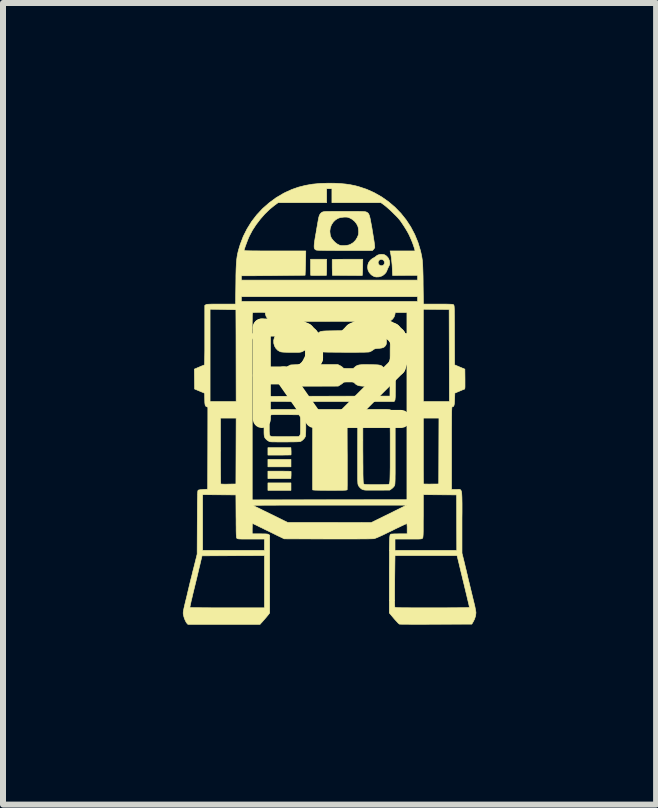
<source format=kicad_pcb>
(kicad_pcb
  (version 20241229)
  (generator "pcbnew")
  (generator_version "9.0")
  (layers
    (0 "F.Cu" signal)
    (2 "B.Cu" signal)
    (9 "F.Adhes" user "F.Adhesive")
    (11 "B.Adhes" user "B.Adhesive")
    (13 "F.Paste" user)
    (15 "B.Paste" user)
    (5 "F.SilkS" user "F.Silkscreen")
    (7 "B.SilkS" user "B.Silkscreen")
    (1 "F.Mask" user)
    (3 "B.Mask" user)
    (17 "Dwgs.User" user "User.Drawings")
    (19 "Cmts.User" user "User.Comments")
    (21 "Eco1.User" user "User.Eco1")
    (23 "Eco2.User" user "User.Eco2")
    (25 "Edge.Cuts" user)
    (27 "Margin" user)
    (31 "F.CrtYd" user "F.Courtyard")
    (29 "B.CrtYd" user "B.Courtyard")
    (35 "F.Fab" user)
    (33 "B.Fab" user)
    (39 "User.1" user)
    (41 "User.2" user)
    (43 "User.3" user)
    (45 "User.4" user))
  (footprint "R2"
    (layer "F.Cu")
    (at 2.441 3.247)
    (property "Reference" "R2" (at 0 0 0) (layer "F.SilkS") (effects (font (size 1.524 1.524) (thickness 0.3))))
    (attr through_hole)
    (fp_poly (pts (xy -0.639 1.488) (xy -1.023 1.488) (xy -1.023 1.364) (xy -0.639 1.364) (xy -0.639 1.488)) (stroke (width 0.01) (type solid)) (fill yes) (layer "F.SilkS"))
    (fp_poly (pts (xy -0.639 1.88) (xy -1.023 1.88) (xy -1.023 1.756) (xy -0.639 1.756) (xy -0.639 1.88)) (stroke (width 0.01) (type solid)) (fill yes) (layer "F.SilkS"))
    (fp_poly (pts (xy -0.781 1.56) (xy -0.735 1.561) (xy -0.695 1.561) (xy -0.665 1.562) (xy -0.645 1.563) (xy -0.638 1.563) (xy -0.637 1.571) (xy -0.637 1.59) (xy -0.637 1.617) (xy -0.637 1.625) (xy -0.64 1.684) (xy -1.023 1.684) (xy -1.023 1.56) (xy -0.832 1.56) (xy -0.781 1.56)) (stroke (width 0.01) (type solid)) (fill yes) (layer "F.SilkS"))
    (fp_poly (pts (xy -0.637 1.227) (xy -0.637 1.255) (xy -0.637 1.276) (xy -0.638 1.288) (xy -0.638 1.289) (xy -0.646 1.29) (xy -0.666 1.29) (xy -0.697 1.291) (xy -0.737 1.291) (xy -0.783 1.292) (xy -0.832 1.292) (xy -1.023 1.292) (xy -1.023 1.168) (xy -0.64 1.168) (xy -0.637 1.227)) (stroke (width 0.01) (type solid)) (fill yes) (layer "F.SilkS"))
    (fp_poly (pts (xy -0.044 -1.84) (xy -0.044 -1.797) (xy -0.045 -1.76) (xy -0.046 -1.731) (xy -0.047 -1.712) (xy -0.049 -1.705) (xy -0.078 -1.705) (xy -0.113 -1.704) (xy -0.151 -1.704) (xy -0.191 -1.703) (xy -0.229 -1.703) (xy -0.262 -1.703) (xy -0.288 -1.704) (xy -0.305 -1.704) (xy -0.309 -1.705) (xy -0.31 -1.713) (xy -0.311 -1.733) (xy -0.311 -1.763) (xy -0.312 -1.8) (xy -0.312 -1.841) (xy -0.312 -1.974) (xy -0.044 -1.974) (xy -0.044 -1.84)) (stroke (width 0.01) (type solid)) (fill yes) (layer "F.SilkS"))
    (fp_poly (pts (xy 0.557 -1.838) (xy 0.556 -1.789) (xy 0.554 -1.749) (xy 0.552 -1.721) (xy 0.55 -1.705) (xy 0.548 -1.702) (xy 0.539 -1.702) (xy 0.518 -1.702) (xy 0.485 -1.702) (xy 0.443 -1.703) (xy 0.394 -1.703) (xy 0.339 -1.703) (xy 0.296 -1.704) (xy 0.052 -1.706) (xy 0.049 -1.834) (xy 0.049 -1.876) (xy 0.049 -1.913) (xy 0.049 -1.942) (xy 0.049 -1.962) (xy 0.049 -1.968) (xy 0.057 -1.97) (xy 0.077 -1.971) (xy 0.109 -1.972) (xy 0.15 -1.973) (xy 0.199 -1.973) (xy 0.254 -1.974) (xy 0.305 -1.974) (xy 0.559 -1.974) (xy 0.557 -1.838)) (stroke (width 0.01) (type solid)) (fill yes) (layer "F.SilkS"))
    (fp_poly (pts (xy 0.299 1.193) (xy 0.3 1.29) (xy 0.3 1.383) (xy 0.3 1.471) (xy 0.3 1.552) (xy 0.3 1.627) (xy 0.3 1.694) (xy 0.3 1.751) (xy 0.3 1.798) (xy 0.299 1.834) (xy 0.299 1.857) (xy 0.299 1.867) (xy 0.299 1.867) (xy 0.297 1.871) (xy 0.293 1.873) (xy 0.285 1.875) (xy 0.271 1.877) (xy 0.251 1.878) (xy 0.223 1.879) (xy 0.185 1.879) (xy 0.137 1.879) (xy 0.077 1.88) (xy 0.011 1.88) (xy -0.068 1.879) (xy -0.136 1.879) (xy -0.19 1.878) (xy -0.232 1.877) (xy -0.261 1.875) (xy -0.275 1.873) (xy -0.277 1.872) (xy -0.277 1.864) (xy -0.278 1.843) (xy -0.278 1.808) (xy -0.278 1.763) (xy -0.278 1.707) (xy -0.278 1.642) (xy -0.278 1.568) (xy -0.278 1.487) (xy -0.278 1.4) (xy -0.278 1.307) (xy -0.278 1.21) (xy -0.278 1.197) (xy -0.276 0.53) (xy 0.297 0.53) (xy 0.299 1.193)) (stroke (width 0.01) (type solid)) (fill yes) (layer "F.SilkS"))
    (fp_poly (pts (xy 0.903 -2.053) (xy 0.922 -2.048) (xy 0.956 -2.026) (xy 0.983 -1.995) (xy 1.001 -1.955) (xy 1.007 -1.928) (xy 1.008 -1.904) (xy 1.005 -1.884) (xy 0.996 -1.862) (xy 0.988 -1.847) (xy 0.976 -1.821) (xy 0.966 -1.798) (xy 0.961 -1.784) (xy 0.949 -1.758) (xy 0.927 -1.731) (xy 0.898 -1.707) (xy 0.875 -1.694) (xy 0.829 -1.68) (xy 0.782 -1.678) (xy 0.748 -1.686) (xy 0.728 -1.697) (xy 0.704 -1.712) (xy 0.697 -1.718) (xy 0.666 -1.753) (xy 0.646 -1.793) (xy 0.639 -1.835) (xy 0.643 -1.879) (xy 0.653 -1.908) (xy 0.815 -1.908) (xy 0.828 -1.884) (xy 0.848 -1.869) (xy 0.873 -1.865) (xy 0.897 -1.872) (xy 0.907 -1.88) (xy 0.92 -1.902) (xy 0.921 -1.927) (xy 0.911 -1.95) (xy 0.903 -1.959) (xy 0.877 -1.972) (xy 0.852 -1.971) (xy 0.831 -1.956) (xy 0.816 -1.933) (xy 0.815 -1.908) (xy 0.653 -1.908) (xy 0.657 -1.919) (xy 0.683 -1.956) (xy 0.718 -1.985) (xy 0.735 -1.994) (xy 0.756 -2.006) (xy 0.773 -2.017) (xy 0.776 -2.021) (xy 0.799 -2.039) (xy 0.831 -2.051) (xy 0.867 -2.056) (xy 0.903 -2.053)) (stroke (width 0.01) (type solid)) (fill yes) (layer "F.SilkS"))
    (fp_poly (pts (xy 0.333 -2.772) (xy 0.4 -2.772) (xy 0.456 -2.772) (xy 0.501 -2.771) (xy 0.537 -2.77) (xy 0.564 -2.769) (xy 0.585 -2.768) (xy 0.6 -2.766) (xy 0.61 -2.764) (xy 0.618 -2.761) (xy 0.619 -2.761) (xy 0.631 -2.754) (xy 0.642 -2.747) (xy 0.652 -2.737) (xy 0.66 -2.723) (xy 0.668 -2.704) (xy 0.675 -2.679) (xy 0.683 -2.646) (xy 0.691 -2.603) (xy 0.701 -2.55) (xy 0.713 -2.484) (xy 0.719 -2.445) (xy 0.729 -2.385) (xy 0.738 -2.329) (xy 0.746 -2.279) (xy 0.752 -2.237) (xy 0.756 -2.203) (xy 0.758 -2.181) (xy 0.759 -2.171) (xy 0.75 -2.154) (xy 0.737 -2.137) (xy 0.719 -2.119) (xy 0.256 -2.119) (xy 0.153 -2.119) (xy 0.065 -2.12) (xy -0.011 -2.12) (xy -0.074 -2.121) (xy -0.125 -2.122) (xy -0.164 -2.123) (xy -0.193 -2.124) (xy -0.212 -2.126) (xy -0.221 -2.128) (xy -0.221 -2.128) (xy -0.233 -2.136) (xy -0.243 -2.145) (xy -0.249 -2.158) (xy -0.252 -2.175) (xy -0.252 -2.199) (xy -0.25 -2.23) (xy -0.245 -2.27) (xy -0.237 -2.322) (xy -0.226 -2.386) (xy -0.225 -2.391) (xy -0.216 -2.44) (xy 0.009 -2.44) (xy 0.016 -2.38) (xy 0.021 -2.359) (xy 0.037 -2.324) (xy 0.064 -2.289) (xy 0.097 -2.255) (xy 0.134 -2.227) (xy 0.17 -2.209) (xy 0.177 -2.206) (xy 0.206 -2.201) (xy 0.244 -2.201) (xy 0.284 -2.204) (xy 0.322 -2.211) (xy 0.349 -2.22) (xy 0.4 -2.251) (xy 0.439 -2.291) (xy 0.466 -2.335) (xy 0.479 -2.365) (xy 0.487 -2.389) (xy 0.489 -2.416) (xy 0.49 -2.435) (xy 0.487 -2.473) (xy 0.481 -2.509) (xy 0.476 -2.524) (xy 0.455 -2.566) (xy 0.423 -2.606) (xy 0.383 -2.639) (xy 0.348 -2.659) (xy 0.324 -2.669) (xy 0.304 -2.675) (xy 0.282 -2.677) (xy 0.254 -2.677) (xy 0.24 -2.676) (xy 0.187 -2.67) (xy 0.143 -2.655) (xy 0.104 -2.63) (xy 0.07 -2.598) (xy 0.037 -2.55) (xy 0.017 -2.497) (xy 0.009 -2.44) (xy -0.216 -2.44) (xy -0.216 -2.444) (xy -0.207 -2.497) (xy -0.198 -2.546) (xy -0.191 -2.589) (xy -0.185 -2.621) (xy -0.184 -2.63) (xy -0.174 -2.676) (xy -0.163 -2.71) (xy -0.148 -2.734) (xy -0.129 -2.752) (xy -0.116 -2.76) (xy -0.109 -2.762) (xy -0.1 -2.765) (xy -0.088 -2.767) (xy -0.072 -2.769) (xy -0.05 -2.77) (xy -0.021 -2.771) (xy 0.017 -2.771) (xy 0.064 -2.772) (xy 0.122 -2.772) (xy 0.192 -2.772) (xy 0.252 -2.772) (xy 0.333 -2.772)) (stroke (width 0.01) (type solid)) (fill yes) (layer "F.SilkS"))
    (fp_poly (pts (xy 0.181 -0.199) (xy 0.203 -0.186) (xy 0.22 -0.173) (xy 0.227 -0.166) (xy 0.232 -0.16) (xy 0.241 -0.156) (xy 0.256 -0.154) (xy 0.28 -0.153) (xy 0.315 -0.152) (xy 0.318 -0.152) (xy 0.4 -0.152) (xy 0.429 -0.177) (xy 0.445 -0.19) (xy 0.462 -0.2) (xy 0.481 -0.207) (xy 0.504 -0.212) (xy 0.534 -0.215) (xy 0.572 -0.217) (xy 0.62 -0.217) (xy 0.679 -0.216) (xy 0.735 -0.215) (xy 0.779 -0.214) (xy 0.813 -0.212) (xy 0.838 -0.208) (xy 0.858 -0.203) (xy 0.874 -0.195) (xy 0.888 -0.184) (xy 0.903 -0.169) (xy 0.91 -0.162) (xy 0.937 -0.125) (xy 0.952 -0.082) (xy 0.957 -0.035) (xy 0.95 0.011) (xy 0.933 0.054) (xy 0.905 0.092) (xy 0.897 0.1) (xy 0.878 0.115) (xy 0.857 0.126) (xy 0.832 0.134) (xy 0.801 0.14) (xy 0.762 0.143) (xy 0.712 0.145) (xy 0.659 0.145) (xy 0.599 0.144) (xy 0.55 0.142) (xy 0.512 0.138) (xy 0.482 0.131) (xy 0.459 0.121) (xy 0.439 0.108) (xy 0.425 0.094) (xy 0.415 0.085) (xy 0.406 0.079) (xy 0.394 0.075) (xy 0.377 0.073) (xy 0.35 0.073) (xy 0.323 0.073) (xy 0.287 0.073) (xy 0.262 0.074) (xy 0.247 0.076) (xy 0.236 0.08) (xy 0.229 0.087) (xy 0.228 0.088) (xy 0.213 0.101) (xy 0.192 0.115) (xy 0.181 0.122) (xy 0.149 0.142) (xy -0.229 0.143) (xy -0.302 0.143) (xy -0.371 0.143) (xy -0.436 0.143) (xy -0.493 0.142) (xy -0.542 0.141) (xy -0.582 0.141) (xy -0.61 0.14) (xy -0.626 0.139) (xy -0.628 0.138) (xy -0.654 0.129) (xy -0.681 0.117) (xy -0.703 0.102) (xy -0.717 0.089) (xy -0.718 0.088) (xy -0.723 0.081) (xy -0.733 0.077) (xy -0.75 0.074) (xy -0.776 0.072) (xy -0.798 0.071) (xy -0.831 0.07) (xy -0.854 0.068) (xy -0.869 0.064) (xy -0.881 0.058) (xy -0.889 0.051) (xy -0.914 0.019) (xy -0.927 -0.016) (xy -0.929 -0.052) (xy -0.92 -0.087) (xy -0.901 -0.117) (xy -0.872 -0.139) (xy -0.871 -0.139) (xy -0.842 -0.148) (xy -0.8 -0.152) (xy -0.789 -0.152) (xy -0.759 -0.153) (xy -0.74 -0.155) (xy -0.726 -0.16) (xy -0.712 -0.17) (xy -0.702 -0.178) (xy -0.679 -0.194) (xy -0.656 -0.207) (xy -0.646 -0.21) (xy -0.633 -0.212) (xy -0.607 -0.213) (xy -0.568 -0.215) (xy -0.517 -0.216) (xy -0.456 -0.217) (xy -0.386 -0.217) (xy -0.307 -0.218) (xy -0.239 -0.218) (xy 0.142 -0.218) (xy 0.181 -0.199)) (stroke (width 0.01) (type solid)) (fill yes) (layer "F.SilkS"))
    (fp_poly (pts (xy -0.685 0.53) (xy -0.627 0.531) (xy -0.577 0.532) (xy -0.536 0.533) (xy -0.505 0.535) (xy -0.488 0.537) (xy -0.485 0.537) (xy -0.457 0.551) (xy -0.43 0.574) (xy -0.408 0.603) (xy -0.402 0.615) (xy -0.399 0.63) (xy -0.396 0.656) (xy -0.394 0.692) (xy -0.393 0.735) (xy -0.392 0.781) (xy -0.391 0.828) (xy -0.392 0.874) (xy -0.393 0.915) (xy -0.395 0.949) (xy -0.397 0.974) (xy -0.4 0.985) (xy -0.414 1.009) (xy -0.436 1.034) (xy -0.461 1.055) (xy -0.485 1.067) (xy -0.486 1.067) (xy -0.499 1.068) (xy -0.524 1.07) (xy -0.559 1.071) (xy -0.602 1.072) (xy -0.651 1.072) (xy -0.703 1.073) (xy -0.757 1.073) (xy -0.81 1.073) (xy -0.861 1.073) (xy -0.906 1.072) (xy -0.943 1.072) (xy -0.971 1.071) (xy -0.988 1.069) (xy -0.99 1.069) (xy -1.016 1.057) (xy -1.044 1.037) (xy -1.066 1.014) (xy -1.075 1) (xy -1.079 0.991) (xy -1.082 0.98) (xy -1.085 0.965) (xy -1.087 0.945) (xy -1.088 0.918) (xy -1.088 0.882) (xy -1.088 0.834) (xy -1.088 0.801) (xy -1.001 0.801) (xy -1.001 0.855) (xy -1.001 0.897) (xy -0.999 0.927) (xy -0.996 0.949) (xy -0.992 0.963) (xy -0.985 0.972) (xy -0.976 0.977) (xy -0.964 0.981) (xy -0.962 0.982) (xy -0.951 0.983) (xy -0.928 0.984) (xy -0.894 0.984) (xy -0.851 0.985) (xy -0.801 0.985) (xy -0.747 0.985) (xy -0.727 0.985) (xy -0.507 0.983) (xy -0.493 0.966) (xy -0.488 0.959) (xy -0.485 0.95) (xy -0.482 0.937) (xy -0.48 0.918) (xy -0.48 0.891) (xy -0.479 0.853) (xy -0.479 0.803) (xy -0.479 0.802) (xy -0.479 0.752) (xy -0.48 0.714) (xy -0.48 0.686) (xy -0.482 0.667) (xy -0.485 0.654) (xy -0.488 0.645) (xy -0.493 0.638) (xy -0.493 0.638) (xy -0.507 0.62) (xy -0.727 0.618) (xy -0.783 0.618) (xy -0.834 0.618) (xy -0.88 0.618) (xy -0.917 0.618) (xy -0.945 0.619) (xy -0.961 0.62) (xy -0.963 0.62) (xy -0.975 0.624) (xy -0.984 0.629) (xy -0.991 0.637) (xy -0.996 0.651) (xy -0.999 0.672) (xy -1.001 0.701) (xy -1.001 0.741) (xy -1.001 0.794) (xy -1.001 0.801) (xy -1.088 0.801) (xy -1.088 0.797) (xy -1.088 0.62) (xy -1.068 0.592) (xy -1.049 0.571) (xy -1.025 0.551) (xy -1.017 0.547) (xy -1.008 0.542) (xy -0.999 0.538) (xy -0.988 0.535) (xy -0.974 0.533) (xy -0.956 0.532) (xy -0.93 0.531) (xy -0.897 0.53) (xy -0.854 0.53) (xy -0.799 0.53) (xy -0.748 0.53) (xy -0.685 0.53)) (stroke (width 0.01) (type solid)) (fill yes) (layer "F.SilkS"))
    (fp_poly (pts (xy -0.546 -0.783) (xy -0.507 -0.781) (xy -0.477 -0.777) (xy -0.453 -0.77) (xy -0.433 -0.761) (xy -0.416 -0.75) (xy -0.408 -0.743) (xy -0.378 -0.718) (xy -0.296 -0.717) (xy -0.26 -0.717) (xy -0.236 -0.717) (xy -0.219 -0.719) (xy -0.208 -0.723) (xy -0.199 -0.73) (xy -0.194 -0.735) (xy -0.183 -0.744) (xy -0.174 -0.753) (xy -0.164 -0.759) (xy -0.152 -0.765) (xy -0.138 -0.77) (xy -0.12 -0.773) (xy -0.096 -0.776) (xy -0.066 -0.778) (xy -0.028 -0.779) (xy 0.019 -0.78) (xy 0.077 -0.781) (xy 0.146 -0.782) (xy 0.228 -0.782) (xy 0.26 -0.782) (xy 0.349 -0.783) (xy 0.425 -0.783) (xy 0.489 -0.783) (xy 0.541 -0.782) (xy 0.585 -0.781) (xy 0.619 -0.78) (xy 0.647 -0.777) (xy 0.669 -0.774) (xy 0.686 -0.77) (xy 0.699 -0.764) (xy 0.71 -0.758) (xy 0.72 -0.75) (xy 0.731 -0.74) (xy 0.733 -0.738) (xy 0.748 -0.726) (xy 0.761 -0.719) (xy 0.777 -0.716) (xy 0.803 -0.716) (xy 0.805 -0.716) (xy 0.849 -0.716) (xy 0.883 -0.709) (xy 0.91 -0.695) (xy 0.929 -0.678) (xy 0.943 -0.663) (xy 0.95 -0.65) (xy 0.954 -0.633) (xy 0.954 -0.608) (xy 0.954 -0.604) (xy 0.953 -0.574) (xy 0.949 -0.554) (xy 0.941 -0.538) (xy 0.937 -0.532) (xy 0.921 -0.514) (xy 0.901 -0.502) (xy 0.876 -0.494) (xy 0.84 -0.489) (xy 0.821 -0.488) (xy 0.789 -0.485) (xy 0.768 -0.482) (xy 0.751 -0.476) (xy 0.735 -0.466) (xy 0.728 -0.46) (xy 0.704 -0.444) (xy 0.678 -0.432) (xy 0.667 -0.428) (xy 0.652 -0.426) (xy 0.622 -0.425) (xy 0.578 -0.423) (xy 0.52 -0.423) (xy 0.448 -0.422) (xy 0.361 -0.422) (xy 0.261 -0.422) (xy 0.256 -0.422) (xy 0.172 -0.423) (xy 0.101 -0.423) (xy 0.041 -0.424) (xy -0.007 -0.424) (xy -0.045 -0.425) (xy -0.076 -0.426) (xy -0.099 -0.427) (xy -0.117 -0.429) (xy -0.13 -0.431) (xy -0.139 -0.433) (xy -0.147 -0.436) (xy -0.154 -0.439) (xy -0.156 -0.44) (xy -0.177 -0.453) (xy -0.195 -0.467) (xy -0.199 -0.471) (xy -0.206 -0.478) (xy -0.215 -0.482) (xy -0.23 -0.484) (xy -0.252 -0.486) (xy -0.284 -0.486) (xy -0.298 -0.486) (xy -0.336 -0.486) (xy -0.361 -0.485) (xy -0.377 -0.483) (xy -0.386 -0.479) (xy -0.391 -0.474) (xy -0.391 -0.473) (xy -0.401 -0.463) (xy -0.42 -0.45) (xy -0.437 -0.441) (xy -0.45 -0.434) (xy -0.462 -0.429) (xy -0.474 -0.426) (xy -0.49 -0.423) (xy -0.512 -0.422) (xy -0.541 -0.421) (xy -0.58 -0.421) (xy -0.631 -0.421) (xy -0.691 -0.422) (xy -0.738 -0.423) (xy -0.774 -0.425) (xy -0.799 -0.428) (xy -0.815 -0.431) (xy -0.815 -0.431) (xy -0.856 -0.453) (xy -0.889 -0.486) (xy -0.913 -0.527) (xy -0.926 -0.573) (xy -0.927 -0.622) (xy -0.915 -0.669) (xy -0.892 -0.711) (xy -0.86 -0.745) (xy -0.839 -0.76) (xy -0.826 -0.767) (xy -0.814 -0.772) (xy -0.801 -0.776) (xy -0.785 -0.778) (xy -0.762 -0.78) (xy -0.731 -0.781) (xy -0.69 -0.782) (xy -0.657 -0.783) (xy -0.595 -0.783) (xy -0.546 -0.783)) (stroke (width 0.01) (type solid)) (fill yes) (layer "F.SilkS"))
    (fp_poly (pts (xy 0.85 0.53) (xy 0.899 0.53) (xy 0.936 0.53) (xy 0.965 0.531) (xy 0.986 0.533) (xy 1.002 0.535) (xy 1.013 0.537) (xy 1.022 0.541) (xy 1.031 0.545) (xy 1.031 0.546) (xy 1.053 0.562) (xy 1.074 0.584) (xy 1.079 0.59) (xy 1.099 0.619) (xy 1.099 1.2) (xy 1.099 1.306) (xy 1.099 1.398) (xy 1.099 1.477) (xy 1.099 1.545) (xy 1.099 1.602) (xy 1.098 1.65) (xy 1.098 1.688) (xy 1.097 1.72) (xy 1.096 1.744) (xy 1.095 1.763) (xy 1.094 1.777) (xy 1.092 1.787) (xy 1.09 1.795) (xy 1.088 1.801) (xy 1.085 1.806) (xy 1.085 1.807) (xy 1.069 1.827) (xy 1.048 1.847) (xy 1.039 1.854) (xy 1.008 1.876) (xy 0.807 1.877) (xy 0.754 1.877) (xy 0.705 1.877) (xy 0.662 1.877) (xy 0.627 1.877) (xy 0.603 1.876) (xy 0.592 1.875) (xy 0.591 1.875) (xy 0.572 1.871) (xy 0.561 1.868) (xy 0.539 1.858) (xy 0.515 1.838) (xy 0.494 1.813) (xy 0.486 1.799) (xy 0.483 1.793) (xy 0.481 1.787) (xy 0.479 1.779) (xy 0.477 1.769) (xy 0.476 1.755) (xy 0.475 1.736) (xy 0.474 1.712) (xy 0.473 1.681) (xy 0.473 1.643) (xy 0.473 1.596) (xy 0.473 1.539) (xy 0.473 1.472) (xy 0.473 1.394) (xy 0.473 1.303) (xy 0.473 1.198) (xy 0.473 1.195) (xy 0.474 0.963) (xy 0.56 0.963) (xy 0.56 1.041) (xy 0.56 1.125) (xy 0.56 1.213) (xy 0.56 1.218) (xy 0.561 1.32) (xy 0.561 1.409) (xy 0.562 1.485) (xy 0.562 1.549) (xy 0.562 1.603) (xy 0.563 1.647) (xy 0.564 1.683) (xy 0.565 1.711) (xy 0.566 1.732) (xy 0.567 1.748) (xy 0.569 1.759) (xy 0.57 1.766) (xy 0.572 1.771) (xy 0.575 1.774) (xy 0.577 1.775) (xy 0.583 1.778) (xy 0.596 1.781) (xy 0.615 1.783) (xy 0.642 1.784) (xy 0.679 1.785) (xy 0.728 1.785) (xy 0.787 1.785) (xy 0.839 1.785) (xy 0.887 1.784) (xy 0.928 1.783) (xy 0.96 1.782) (xy 0.982 1.781) (xy 0.992 1.78) (xy 0.992 1.78) (xy 0.996 1.776) (xy 1 1.771) (xy 1.004 1.763) (xy 1.006 1.752) (xy 1.009 1.736) (xy 1.011 1.715) (xy 1.012 1.687) (xy 1.013 1.652) (xy 1.014 1.609) (xy 1.015 1.556) (xy 1.016 1.493) (xy 1.016 1.418) (xy 1.016 1.332) (xy 1.016 1.232) (xy 1.016 1.196) (xy 1.016 1.093) (xy 1.016 1.004) (xy 1.016 0.926) (xy 1.015 0.861) (xy 1.015 0.806) (xy 1.014 0.76) (xy 1.013 0.724) (xy 1.012 0.695) (xy 1.01 0.672) (xy 1.008 0.655) (xy 1.005 0.643) (xy 1.002 0.634) (xy 0.999 0.629) (xy 0.994 0.625) (xy 0.991 0.622) (xy 0.982 0.621) (xy 0.961 0.62) (xy 0.928 0.619) (xy 0.887 0.618) (xy 0.84 0.617) (xy 0.788 0.617) (xy 0.786 0.617) (xy 0.725 0.617) (xy 0.676 0.617) (xy 0.639 0.618) (xy 0.612 0.62) (xy 0.592 0.623) (xy 0.579 0.627) (xy 0.571 0.633) (xy 0.566 0.641) (xy 0.563 0.652) (xy 0.562 0.655) (xy 0.562 0.665) (xy 0.561 0.688) (xy 0.561 0.723) (xy 0.56 0.77) (xy 0.56 0.826) (xy 0.56 0.89) (xy 0.56 0.963) (xy 0.474 0.963) (xy 0.475 0.619) (xy 0.495 0.589) (xy 0.506 0.573) (xy 0.517 0.561) (xy 0.53 0.551) (xy 0.545 0.543) (xy 0.565 0.538) (xy 0.592 0.534) (xy 0.627 0.532) (xy 0.672 0.53) (xy 0.728 0.53) (xy 0.788 0.53) (xy 0.85 0.53)) (stroke (width 0.01) (type solid)) (fill yes) (layer "F.SilkS"))
    (fp_poly (pts (xy 0.087 -3.241) (xy 0.185 -3.236) (xy 0.273 -3.228) (xy 0.354 -3.216) (xy 0.432 -3.2) (xy 0.486 -3.186) (xy 0.622 -3.141) (xy 0.751 -3.083) (xy 0.874 -3.013) (xy 0.989 -2.932) (xy 1.096 -2.841) (xy 1.194 -2.74) (xy 1.282 -2.63) (xy 1.359 -2.512) (xy 1.425 -2.387) (xy 1.479 -2.255) (xy 1.516 -2.133) (xy 1.526 -2.094) (xy 1.534 -2.058) (xy 1.541 -2.024) (xy 1.547 -1.989) (xy 1.552 -1.953) (xy 1.555 -1.913) (xy 1.558 -1.869) (xy 1.56 -1.817) (xy 1.562 -1.757) (xy 1.564 -1.686) (xy 1.565 -1.603) (xy 1.565 -1.562) (xy 1.57 -1.226) (xy 1.813 -1.226) (xy 1.881 -1.226) (xy 1.936 -1.226) (xy 1.979 -1.225) (xy 2.011 -1.224) (xy 2.036 -1.223) (xy 2.053 -1.221) (xy 2.064 -1.219) (xy 2.071 -1.216) (xy 2.072 -1.215) (xy 2.075 -1.213) (xy 2.077 -1.209) (xy 2.079 -1.204) (xy 2.081 -1.195) (xy 2.083 -1.182) (xy 2.084 -1.164) (xy 2.085 -1.14) (xy 2.086 -1.109) (xy 2.086 -1.069) (xy 2.087 -1.021) (xy 2.087 -0.961) (xy 2.088 -0.891) (xy 2.088 -0.808) (xy 2.088 -0.711) (xy 2.088 -0.708) (xy 2.09 -0.213) (xy 2.175 -0.177) (xy 2.261 -0.141) (xy 2.263 0.024) (xy 2.263 0.078) (xy 2.263 0.118) (xy 2.263 0.148) (xy 2.262 0.168) (xy 2.26 0.181) (xy 2.258 0.189) (xy 2.254 0.192) (xy 2.252 0.193) (xy 2.24 0.198) (xy 2.218 0.206) (xy 2.19 0.218) (xy 2.166 0.228) (xy 2.094 0.258) (xy 2.09 0.36) (xy 2.088 0.407) (xy 2.085 0.44) (xy 2.08 0.463) (xy 2.074 0.477) (xy 2.065 0.484) (xy 2.053 0.486) (xy 2.051 0.487) (xy 2.049 0.488) (xy 2.047 0.492) (xy 2.045 0.499) (xy 2.044 0.51) (xy 2.043 0.525) (xy 2.042 0.546) (xy 2.041 0.574) (xy 2.041 0.608) (xy 2.04 0.651) (xy 2.04 0.703) (xy 2.04 0.765) (xy 2.039 0.838) (xy 2.039 0.922) (xy 2.039 1.019) (xy 2.039 1.129) (xy 2.039 1.176) (xy 2.039 1.865) (xy 2.112 1.865) (xy 2.131 1.865) (xy 2.147 1.864) (xy 2.161 1.863) (xy 2.174 1.864) (xy 2.184 1.868) (xy 2.192 1.875) (xy 2.199 1.886) (xy 2.204 1.903) (xy 2.208 1.926) (xy 2.21 1.956) (xy 2.212 1.994) (xy 2.213 2.042) (xy 2.214 2.099) (xy 2.214 2.167) (xy 2.214 2.248) (xy 2.213 2.341) (xy 2.213 2.412) (xy 2.213 2.927) (xy 2.243 3.047) (xy 2.256 3.1) (xy 2.27 3.16) (xy 2.285 3.221) (xy 2.298 3.276) (xy 2.301 3.287) (xy 2.308 3.321) (xy 2.316 3.354) (xy 2.324 3.388) (xy 2.334 3.426) (xy 2.344 3.469) (xy 2.356 3.519) (xy 2.37 3.576) (xy 2.386 3.643) (xy 2.405 3.721) (xy 2.421 3.786) (xy 2.43 3.826) (xy 2.437 3.864) (xy 2.443 3.896) (xy 2.446 3.918) (xy 2.446 3.923) (xy 2.44 3.973) (xy 2.423 4.026) (xy 2.4 4.072) (xy 2.377 4.111) (xy 1.782 4.113) (xy 1.69 4.113) (xy 1.602 4.114) (xy 1.519 4.114) (xy 1.442 4.114) (xy 1.372 4.114) (xy 1.311 4.113) (xy 1.26 4.113) (xy 1.219 4.113) (xy 1.19 4.112) (xy 1.174 4.112) (xy 1.171 4.111) (xy 1.161 4.105) (xy 1.144 4.089) (xy 1.122 4.065) (xy 1.096 4.037) (xy 1.078 4.016) (xy 1.001 3.924) (xy 1.001 3.656) (xy 1.09 3.656) (xy 1.09 3.712) (xy 1.09 3.758) (xy 1.091 3.793) (xy 1.092 3.817) (xy 1.093 3.827) (xy 1.093 3.827) (xy 1.094 3.829) (xy 1.098 3.831) (xy 1.105 3.833) (xy 1.116 3.834) (xy 1.132 3.835) (xy 1.153 3.836) (xy 1.181 3.837) (xy 1.217 3.838) (xy 1.261 3.838) (xy 1.314 3.838) (xy 1.378 3.839) (xy 1.453 3.839) (xy 1.54 3.839) (xy 1.64 3.839) (xy 1.717 3.839) (xy 1.835 3.839) (xy 1.939 3.839) (xy 2.03 3.838) (xy 2.108 3.838) (xy 2.174 3.837) (xy 2.227 3.837) (xy 2.27 3.836) (xy 2.301 3.835) (xy 2.322 3.834) (xy 2.334 3.832) (xy 2.337 3.831) (xy 2.335 3.821) (xy 2.331 3.8) (xy 2.325 3.773) (xy 2.322 3.76) (xy 2.308 3.703) (xy 2.292 3.634) (xy 2.273 3.556) (xy 2.253 3.471) (xy 2.231 3.382) (xy 2.209 3.29) (xy 2.187 3.2) (xy 2.166 3.112) (xy 2.166 3.111) (xy 2.131 2.968) (xy 1.096 2.968) (xy 1.094 3.115) (xy 1.093 3.2) (xy 1.092 3.284) (xy 1.091 3.367) (xy 1.091 3.447) (xy 1.09 3.523) (xy 1.09 3.593) (xy 1.09 3.656) (xy 1.001 3.656) (xy 1.001 3.286) (xy 1.001 3.173) (xy 1.002 3.074) (xy 1.002 2.988) (xy 1.002 2.913) (xy 1.002 2.849) (xy 1.003 2.796) (xy 1.004 2.751) (xy 1.005 2.715) (xy 1.006 2.692) (xy 1.096 2.692) (xy 1.096 2.881) (xy 2.126 2.881) (xy 2.123 1.956) (xy 1.845 1.954) (xy 1.568 1.952) (xy 1.568 2.306) (xy 1.567 2.388) (xy 1.567 2.457) (xy 1.567 2.514) (xy 1.567 2.559) (xy 1.566 2.596) (xy 1.565 2.623) (xy 1.563 2.644) (xy 1.562 2.658) (xy 1.56 2.668) (xy 1.557 2.675) (xy 1.556 2.676) (xy 1.553 2.681) (xy 1.548 2.684) (xy 1.542 2.687) (xy 1.531 2.689) (xy 1.514 2.691) (xy 1.49 2.692) (xy 1.458 2.692) (xy 1.415 2.692) (xy 1.36 2.692) (xy 1.32 2.692) (xy 1.096 2.692) (xy 1.006 2.692) (xy 1.006 2.686) (xy 1.008 2.663) (xy 1.01 2.646) (xy 1.012 2.633) (xy 1.015 2.624) (xy 1.018 2.618) (xy 1.022 2.614) (xy 1.026 2.611) (xy 1.026 2.611) (xy 1.036 2.609) (xy 1.057 2.608) (xy 1.088 2.606) (xy 1.127 2.606) (xy 1.167 2.605) (xy 1.299 2.605) (xy 1.299 2.522) (xy 1.299 2.489) (xy 1.297 2.462) (xy 1.296 2.443) (xy 1.294 2.436) (xy 1.291 2.436) (xy 1.284 2.438) (xy 1.272 2.443) (xy 1.255 2.45) (xy 1.232 2.461) (xy 1.2 2.476) (xy 1.161 2.495) (xy 1.111 2.518) (xy 1.052 2.548) (xy 0.981 2.582) (xy 0.928 2.608) (xy 0.884 2.629) (xy 0.842 2.648) (xy 0.804 2.665) (xy 0.774 2.677) (xy 0.754 2.684) (xy 0.75 2.685) (xy 0.736 2.687) (xy 0.707 2.688) (xy 0.663 2.689) (xy 0.606 2.69) (xy 0.533 2.69) (xy 0.447 2.691) (xy 0.346 2.691) (xy 0.231 2.691) (xy 0.101 2.691) (xy -0.018 2.691) (xy -0.751 2.689) (xy -0.802 2.664) (xy -0.821 2.655) (xy -0.851 2.641) (xy -0.89 2.622) (xy -0.936 2.599) (xy -0.987 2.574) (xy -1.04 2.548) (xy -1.066 2.536) (xy -1.117 2.51) (xy -1.164 2.488) (xy -1.205 2.467) (xy -1.239 2.451) (xy -1.264 2.439) (xy -1.279 2.432) (xy -1.282 2.431) (xy -1.283 2.438) (xy -1.284 2.456) (xy -1.284 2.484) (xy -1.285 2.517) (xy -1.285 2.518) (xy -1.285 2.605) (xy -1.156 2.605) (xy -1.107 2.606) (xy -1.071 2.606) (xy -1.045 2.608) (xy -1.027 2.61) (xy -1.016 2.614) (xy -1.01 2.617) (xy -0.994 2.628) (xy -0.994 3.925) (xy -1.024 3.964) (xy -1.053 3.999) (xy -1.086 4.037) (xy -1.126 4.083) (xy -1.134 4.091) (xy -1.155 4.115) (xy -2.357 4.115) (xy -2.374 4.097) (xy -2.387 4.079) (xy -2.402 4.05) (xy -2.416 4.016) (xy -2.427 3.98) (xy -2.434 3.948) (xy -2.435 3.944) (xy -2.436 3.927) (xy -2.435 3.908) (xy -2.431 3.882) (xy -2.424 3.848) (xy -2.42 3.833) (xy -2.325 3.833) (xy -2.325 3.834) (xy -2.317 3.834) (xy -2.296 3.835) (xy -2.263 3.836) (xy -2.218 3.837) (xy -2.163 3.837) (xy -2.099 3.838) (xy -2.026 3.838) (xy -1.947 3.839) (xy -1.861 3.839) (xy -1.77 3.839) (xy -1.701 3.839) (xy -1.081 3.839) (xy -1.081 2.968) (xy -1.602 2.97) (xy -2.122 2.972) (xy -2.134 3.023) (xy -2.145 3.067) (xy -2.158 3.124) (xy -2.174 3.189) (xy -2.191 3.262) (xy -2.209 3.338) (xy -2.228 3.416) (xy -2.247 3.494) (xy -2.265 3.568) (xy -2.278 3.621) (xy -2.29 3.674) (xy -2.302 3.722) (xy -2.311 3.764) (xy -2.318 3.797) (xy -2.323 3.821) (xy -2.325 3.833) (xy -2.42 3.833) (xy -2.414 3.804) (xy -2.406 3.77) (xy -2.393 3.716) (xy -2.378 3.656) (xy -2.364 3.596) (xy -2.351 3.541) (xy -2.344 3.512) (xy -2.335 3.474) (xy -2.323 3.424) (xy -2.309 3.367) (xy -2.293 3.305) (xy -2.278 3.241) (xy -2.262 3.178) (xy -2.259 3.168) (xy -2.203 2.943) (xy -2.203 2.881) (xy -2.112 2.881) (xy -1.081 2.881) (xy -1.081 2.692) (xy -1.305 2.692) (xy -1.368 2.692) (xy -1.419 2.692) (xy -1.458 2.692) (xy -1.487 2.691) (xy -1.508 2.69) (xy -1.522 2.688) (xy -1.532 2.685) (xy -1.537 2.682) (xy -1.541 2.679) (xy -1.544 2.675) (xy -1.546 2.668) (xy -1.548 2.657) (xy -1.549 2.641) (xy -1.551 2.619) (xy -1.552 2.589) (xy -1.553 2.55) (xy -1.553 2.501) (xy -1.554 2.441) (xy -1.554 2.368) (xy -1.555 2.311) (xy -1.556 2.13) (xy -1.27 2.13) (xy -1.264 2.135) (xy -1.247 2.144) (xy -1.223 2.156) (xy -1.196 2.169) (xy -1.17 2.181) (xy -1.134 2.199) (xy -1.09 2.221) (xy -1.039 2.245) (xy -0.985 2.272) (xy -0.929 2.299) (xy -0.907 2.31) (xy -0.693 2.416) (xy 0.004 2.416) (xy 0.7 2.417) (xy 0.823 2.357) (xy 0.866 2.336) (xy 0.918 2.31) (xy 0.976 2.282) (xy 1.035 2.253) (xy 1.092 2.224) (xy 1.117 2.212) (xy 1.288 2.127) (xy 0.009 2.127) (xy -0.126 2.127) (xy -0.257 2.127) (xy -0.384 2.127) (xy -0.505 2.127) (xy -0.619 2.127) (xy -0.727 2.127) (xy -0.828 2.127) (xy -0.92 2.128) (xy -1.003 2.128) (xy -1.076 2.128) (xy -1.138 2.129) (xy -1.19 2.129) (xy -1.229 2.129) (xy -1.256 2.13) (xy -1.269 2.13) (xy -1.27 2.13) (xy -1.556 2.13) (xy -1.557 1.956) (xy -1.834 1.954) (xy -2.112 1.952) (xy -2.112 2.881) (xy -2.203 2.881) (xy -2.201 2.415) (xy -2.2 2.315) (xy -2.2 2.227) (xy -2.199 2.153) (xy -2.199 2.089) (xy -2.198 2.037) (xy -2.197 1.994) (xy -2.196 1.959) (xy -2.195 1.932) (xy -2.194 1.912) (xy -2.193 1.898) (xy -2.191 1.888) (xy -2.189 1.882) (xy -2.187 1.879) (xy -2.187 1.878) (xy -2.173 1.873) (xy -2.147 1.869) (xy -2.11 1.866) (xy -2.102 1.865) (xy -2.028 1.861) (xy -2.026 1.177) (xy -2.025 0.675) (xy -1.814 0.675) (xy -1.814 1.222) (xy -1.814 1.309) (xy -1.814 1.393) (xy -1.814 1.471) (xy -1.813 1.543) (xy -1.813 1.607) (xy -1.812 1.662) (xy -1.812 1.708) (xy -1.811 1.742) (xy -1.81 1.764) (xy -1.809 1.773) (xy -1.809 1.773) (xy -1.801 1.775) (xy -1.78 1.776) (xy -1.75 1.777) (xy -1.713 1.777) (xy -1.68 1.776) (xy -1.557 1.774) (xy -1.553 0.675) (xy -1.814 0.675) (xy -2.025 0.675) (xy -2.025 0.493) (xy -2.041 0.487) (xy -2.054 0.481) (xy -2.063 0.473) (xy -2.069 0.46) (xy -2.073 0.44) (xy -2.076 0.411) (xy -2.076 0.399) (xy -1.988 0.399) (xy -1.553 0.399) (xy -1.555 -0.646) (xy -1.285 -0.646) (xy -1.285 2.039) (xy 0.005 2.037) (xy 1.295 2.036) (xy 1.295 0.675) (xy 1.568 0.675) (xy 1.568 1.222) (xy 1.568 1.309) (xy 1.568 1.393) (xy 1.568 1.471) (xy 1.568 1.543) (xy 1.569 1.607) (xy 1.569 1.662) (xy 1.57 1.707) (xy 1.57 1.741) (xy 1.571 1.764) (xy 1.572 1.772) (xy 1.572 1.772) (xy 1.58 1.774) (xy 1.6 1.775) (xy 1.63 1.775) (xy 1.667 1.776) (xy 1.7 1.775) (xy 1.825 1.774) (xy 1.829 0.675) (xy 1.568 0.675) (xy 1.295 0.675) (xy 1.295 0.399) (xy 1.568 0.399) (xy 2.003 0.399) (xy 1.999 -1.136) (xy 1.568 -1.14) (xy 1.568 0.399) (xy 1.295 0.399) (xy 1.295 -0.642) (xy 1.199 -0.644) (xy 1.103 -0.646) (xy 1.103 -0.14) (xy 1.103 -0.041) (xy 1.103 0.045) (xy 1.103 0.118) (xy 1.102 0.18) (xy 1.102 0.231) (xy 1.101 0.273) (xy 1.101 0.306) (xy 1.1 0.332) (xy 1.098 0.351) (xy 1.097 0.365) (xy 1.095 0.374) (xy 1.093 0.381) (xy 1.092 0.383) (xy 1.08 0.399) (xy 0.008 0.399) (xy -0.138 0.399) (xy -0.27 0.399) (xy -0.389 0.399) (xy -0.495 0.399) (xy -0.59 0.399) (xy -0.674 0.399) (xy -0.747 0.398) (xy -0.811 0.398) (xy -0.866 0.398) (xy -0.912 0.397) (xy -0.951 0.397) (xy -0.983 0.396) (xy -1.009 0.395) (xy -1.03 0.394) (xy -1.045 0.393) (xy -1.057 0.392) (xy -1.065 0.391) (xy -1.071 0.39) (xy -1.074 0.388) (xy -1.076 0.386) (xy -1.077 0.386) (xy -1.079 0.382) (xy -1.081 0.376) (xy -1.083 0.367) (xy -1.084 0.354) (xy -1.085 0.335) (xy -1.086 0.309) (xy -1.087 0.276) (xy -1.088 0.235) (xy -1.089 0.185) (xy -1.089 0.124) (xy -1.09 0.051) (xy -1.09 -0.034) (xy -1.09 -0.132) (xy -1.09 -0.135) (xy -1.092 -0.642) (xy -1.188 -0.644) (xy -1.285 -0.646) (xy -1.555 -0.646) (xy -1.556 -0.906) (xy -1.285 -0.906) (xy -1.285 -0.733) (xy -1.158 -0.733) (xy -1.111 -0.733) (xy -1.077 -0.732) (xy -1.054 -0.731) (xy -1.038 -0.729) (xy -1.027 -0.726) (xy -1.02 -0.722) (xy -1.016 -0.718) (xy -1.013 -0.715) (xy -1.011 -0.711) (xy -1.009 -0.705) (xy -1.007 -0.696) (xy -1.006 -0.684) (xy -1.004 -0.666) (xy -1.003 -0.642) (xy -1.003 -0.611) (xy -1.002 -0.571) (xy -1.002 -0.523) (xy -1.002 -0.465) (xy -1.002 -0.395) (xy -1.002 -0.313) (xy -1.001 -0.218) (xy -1.001 0.312) (xy 0.005 0.31) (xy 1.012 0.308) (xy 1.014 -0.199) (xy 1.015 -0.298) (xy 1.015 -0.383) (xy 1.015 -0.456) (xy 1.016 -0.517) (xy 1.017 -0.568) (xy 1.017 -0.61) (xy 1.018 -0.643) (xy 1.019 -0.668) (xy 1.021 -0.687) (xy 1.022 -0.701) (xy 1.024 -0.71) (xy 1.026 -0.716) (xy 1.028 -0.72) (xy 1.034 -0.724) (xy 1.043 -0.728) (xy 1.057 -0.73) (xy 1.079 -0.732) (xy 1.11 -0.733) (xy 1.153 -0.734) (xy 1.168 -0.735) (xy 1.295 -0.737) (xy 1.295 -1.085) (xy 1.1 -1.085) (xy 1.095 -1.054) (xy 1.081 -1.011) (xy 1.056 -0.976) (xy 1.032 -0.956) (xy 1.005 -0.94) (xy 0.033 -0.938) (xy -0.116 -0.937) (xy -0.251 -0.937) (xy -0.373 -0.937) (xy -0.482 -0.937) (xy -0.578 -0.937) (xy -0.662 -0.938) (xy -0.735 -0.938) (xy -0.797 -0.938) (xy -0.849 -0.939) (xy -0.891 -0.94) (xy -0.924 -0.941) (xy -0.947 -0.942) (xy -0.963 -0.943) (xy -0.971 -0.944) (xy -1.003 -0.96) (xy -1.031 -0.986) (xy -1.053 -1.02) (xy -1.065 -1.057) (xy -1.067 -1.076) (xy -1.068 -1.081) (xy -1.073 -1.085) (xy -1.085 -1.087) (xy -1.105 -1.088) (xy -1.135 -1.089) (xy -1.164 -1.089) (xy -1.201 -1.088) (xy -1.233 -1.087) (xy -1.258 -1.086) (xy -1.272 -1.085) (xy -1.273 -1.084) (xy -1.277 -1.081) (xy -1.279 -1.075) (xy -1.282 -1.062) (xy -1.283 -1.043) (xy -1.284 -1.015) (xy -1.284 -0.976) (xy -1.285 -0.924) (xy -1.285 -0.906) (xy -1.556 -0.906) (xy -1.557 -1.136) (xy -1.988 -1.14) (xy -1.988 0.399) (xy -2.076 0.399) (xy -2.077 0.37) (xy -2.077 0.36) (xy -2.079 0.26) (xy -2.246 0.19) (xy -2.248 0.024) (xy -2.25 -0.142) (xy -2.169 -0.176) (xy -2.138 -0.19) (xy -2.111 -0.2) (xy -2.091 -0.208) (xy -2.082 -0.21) (xy -2.082 -0.21) (xy -2.081 -0.218) (xy -2.08 -0.238) (xy -2.079 -0.272) (xy -2.078 -0.318) (xy -2.077 -0.376) (xy -2.076 -0.444) (xy -2.076 -0.522) (xy -2.076 -0.609) (xy -2.076 -0.704) (xy -2.076 -1.204) (xy -2.059 -1.215) (xy -2.053 -1.218) (xy -2.044 -1.221) (xy -2.029 -1.223) (xy -2.008 -1.224) (xy -1.979 -1.225) (xy -1.94 -1.226) (xy -1.891 -1.226) (xy -1.829 -1.226) (xy -1.803 -1.226) (xy -1.562 -1.226) (xy -1.561 -1.35) (xy -1.466 -1.35) (xy -1.466 -1.27) (xy 1.473 -1.27) (xy 1.473 -1.35) (xy -1.466 -1.35) (xy -1.561 -1.35) (xy -1.558 -1.566) (xy -1.557 -1.66) (xy -1.557 -1.698) (xy -1.466 -1.698) (xy -1.466 -1.626) (xy 1.473 -1.626) (xy 1.473 -1.706) (xy 1.265 -1.705) (xy 1.056 -1.703) (xy 1.051 -1.819) (xy 1.048 -1.878) (xy 1.042 -1.938) (xy 1.036 -1.996) (xy 1.028 -2.047) (xy 1.02 -2.089) (xy 1.019 -2.095) (xy 1.014 -2.112) (xy 1.431 -2.112) (xy 1.426 -2.135) (xy 1.418 -2.162) (xy 1.406 -2.198) (xy 1.391 -2.241) (xy 1.373 -2.286) (xy 1.354 -2.33) (xy 1.336 -2.37) (xy 1.328 -2.387) (xy 1.307 -2.426) (xy 1.28 -2.472) (xy 1.25 -2.52) (xy 1.219 -2.567) (xy 1.191 -2.608) (xy 1.171 -2.634) (xy 1.148 -2.661) (xy 1.117 -2.694) (xy 1.08 -2.73) (xy 1.041 -2.769) (xy 1.002 -2.805) (xy 0.965 -2.838) (xy 0.934 -2.864) (xy 0.923 -2.873) (xy 0.862 -2.917) (xy 0.044 -2.917) (xy 0.044 -3.15) (xy -0.044 -3.15) (xy -0.044 -2.917) (xy -0.854 -2.917) (xy -0.915 -2.872) (xy -0.996 -2.806) (xy -1.076 -2.728) (xy -1.151 -2.642) (xy -1.221 -2.55) (xy -1.283 -2.455) (xy -1.333 -2.36) (xy -1.337 -2.351) (xy -1.348 -2.326) (xy -1.361 -2.294) (xy -1.375 -2.257) (xy -1.389 -2.22) (xy -1.402 -2.185) (xy -1.412 -2.154) (xy -1.419 -2.131) (xy -1.422 -2.119) (xy -1.422 -2.118) (xy -1.415 -2.117) (xy -1.395 -2.116) (xy -1.362 -2.115) (xy -1.317 -2.114) (xy -1.262 -2.113) (xy -1.197 -2.113) (xy -1.124 -2.112) (xy -1.043 -2.112) (xy -0.955 -2.112) (xy -0.907 -2.112) (xy -0.392 -2.112) (xy -0.393 -2.023) (xy -0.394 -1.982) (xy -0.395 -1.931) (xy -0.396 -1.879) (xy -0.398 -1.829) (xy -0.398 -1.821) (xy -0.403 -1.707) (xy -0.755 -1.703) (xy -0.833 -1.702) (xy -0.913 -1.701) (xy -0.993 -1.7) (xy -1.07 -1.7) (xy -1.142 -1.699) (xy -1.206 -1.699) (xy -1.26 -1.698) (xy -1.286 -1.698) (xy -1.466 -1.698) (xy -1.557 -1.698) (xy -1.556 -1.742) (xy -1.554 -1.812) (xy -1.551 -1.874) (xy -1.548 -1.927) (xy -1.543 -1.975) (xy -1.537 -2.018) (xy -1.53 -2.058) (xy -1.521 -2.098) (xy -1.51 -2.139) (xy -1.497 -2.182) (xy -1.485 -2.221) (xy -1.435 -2.353) (xy -1.371 -2.48) (xy -1.296 -2.601) (xy -1.209 -2.714) (xy -1.112 -2.818) (xy -1.004 -2.913) (xy -0.888 -2.999) (xy -0.763 -3.073) (xy -0.729 -3.09) (xy -0.623 -3.138) (xy -0.514 -3.176) (xy -0.4 -3.205) (xy -0.28 -3.226) (xy -0.152 -3.238) (xy -0.014 -3.242) (xy 0.087 -3.241)) (stroke (width 0.01) (type solid)) (fill yes) (layer "F.SilkS")))
  (gr_rect
    (start -3 -3)
    (end 7.891 10.367)
    (stroke (width 0.1) (type default))
    (fill no)
    (layer "Edge.Cuts")))
</source>
